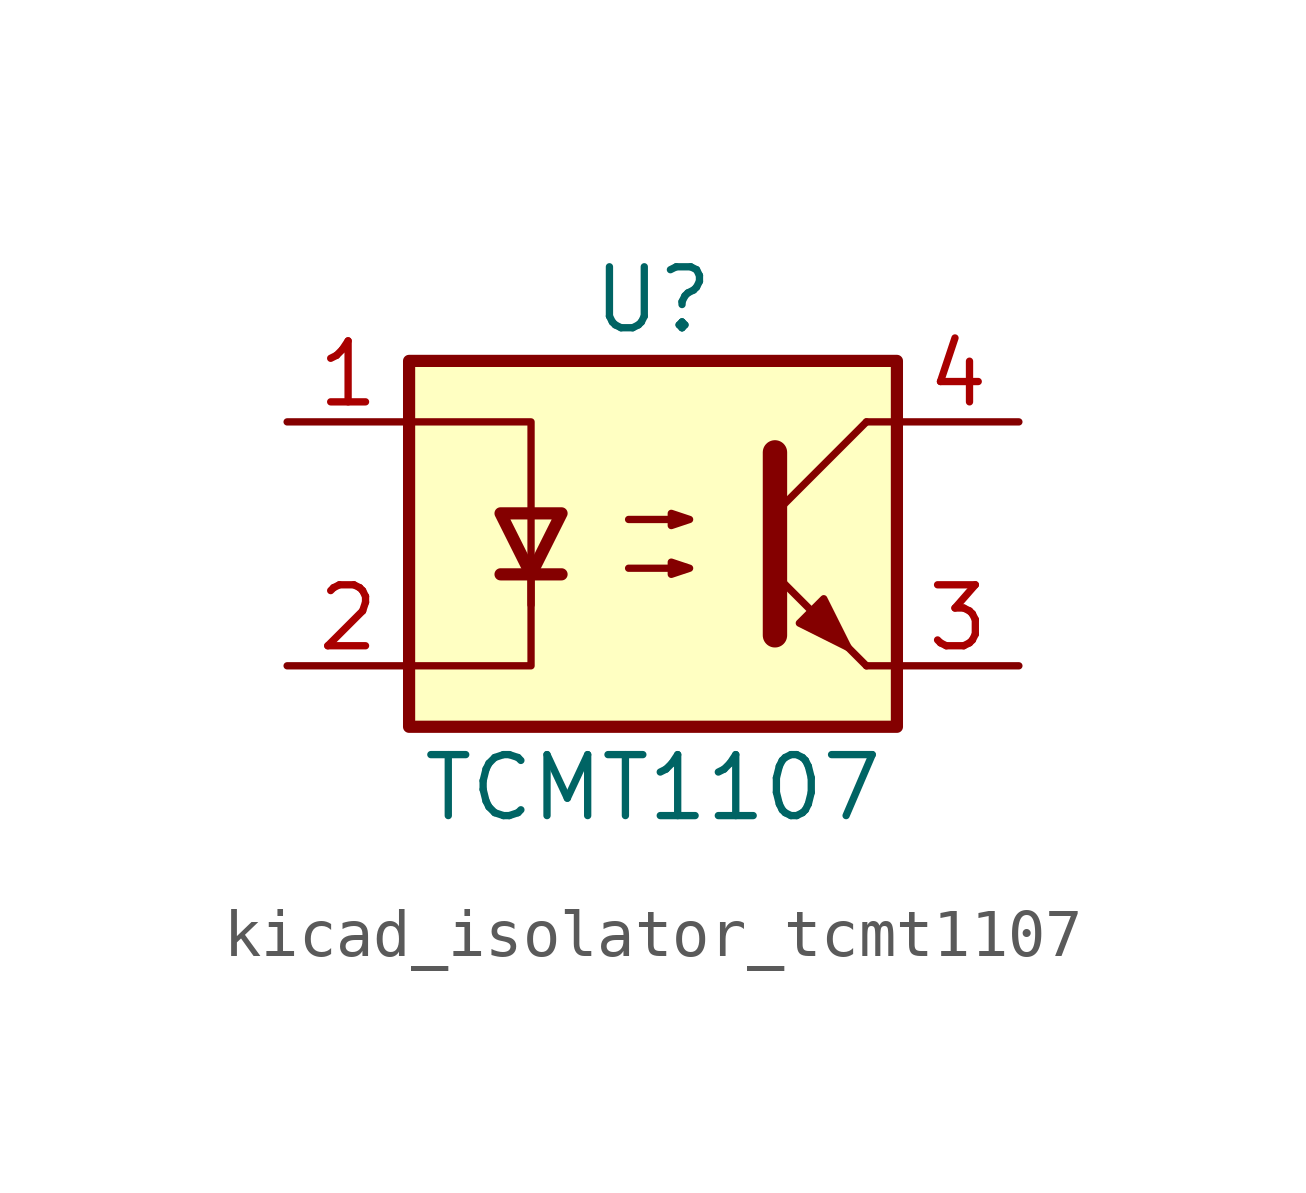
<source format=kicad_sym>
(kicad_symbol_lib
  (version 20220914)
  (generator kicad_symbol_editor)
  (symbol "kicad_isolator_tcmt1107"
    (pin_names
      (offset 1.016))
    (property "Reference" "U"
      (at 0 5.08 0)
      (effects (font (size 1.27 1.27))))
    (property "Value" "TCMT1107"
      (at 0 -5.08 0)
      (effects (font (size 1.27 1.27))))
    (symbol "kicad_isolator_tcmt1107_1_1"
      (rectangle (start -5.08 3.81) (end 5.08 -3.81) (stroke (width 0.254) (type default)) (fill (type background)))
      (polyline (pts (xy -3.175 -0.635) (xy -1.905 -0.635)) (stroke (width 0.254) (type default)) (fill (type none)))
      (polyline (pts (xy 2.54 0.635) (xy 4.445 2.54)) (stroke (width 0) (type default)) (fill (type none)))
      (polyline (pts (xy 4.445 -2.54) (xy 2.54 -0.635)) (stroke (width 0) (type default)) (fill (type outline)))
      (polyline (pts (xy 4.445 -2.54) (xy 5.08 -2.54)) (stroke (width 0) (type default)) (fill (type none)))
      (polyline (pts (xy 4.445 2.54) (xy 5.08 2.54)) (stroke (width 0) (type default)) (fill (type none)))
      (polyline (pts (xy -2.54 -0.635) (xy -2.54 -2.54) (xy -5.08 -2.54)) (stroke (width 0) (type default)) (fill (type none)))
      (polyline (pts (xy 2.54 1.905) (xy 2.54 -1.905) (xy 2.54 -1.905)) (stroke (width 0.508) (type default)) (fill (type none)))
      (polyline (pts (xy -5.08 2.54) (xy -2.54 2.54) (xy -2.54 -1.27) (xy -2.54 0.635)) (stroke (width 0) (type default)) (fill (type none)))
      (polyline (pts (xy -2.54 -0.635) (xy -3.175 0.635) (xy -1.905 0.635) (xy -2.54 -0.635)) (stroke (width 0.254) (type default)) (fill (type none)))
      (polyline (pts (xy -0.508 -0.508) (xy 0.762 -0.508) (xy 0.381 -0.635) (xy 0.381 -0.381) (xy 0.762 -0.508)) (stroke (width 0) (type default)) (fill (type none)))
      (polyline (pts (xy -0.508 0.508) (xy 0.762 0.508) (xy 0.381 0.381) (xy 0.381 0.635) (xy 0.762 0.508)) (stroke (width 0) (type default)) (fill (type none)))
      (polyline (pts (xy 3.048 -1.651) (xy 3.556 -1.143) (xy 4.064 -2.159) (xy 3.048 -1.651) (xy 3.048 -1.651)) (stroke (width 0) (type default)) (fill (type outline)))
      (pin passive line (at -7.62 2.54 0) (length 2.54) (name "~" (effects (font (size 1.27 1.27)))) (number "1" (effects (font (size 1.27 1.27)))))
      (pin passive line (at -7.62 -2.54 0) (length 2.54) (name "~" (effects (font (size 1.27 1.27)))) (number "2" (effects (font (size 1.27 1.27)))))
      (pin passive line (at 7.62 -2.54 180) (length 2.54) (name "~" (effects (font (size 1.27 1.27)))) (number "3" (effects (font (size 1.27 1.27)))))
      (pin passive line (at 7.62 2.54 180) (length 2.54) (name "~" (effects (font (size 1.27 1.27)))) (number "4" (effects (font (size 1.27 1.27))))))))
</source>
